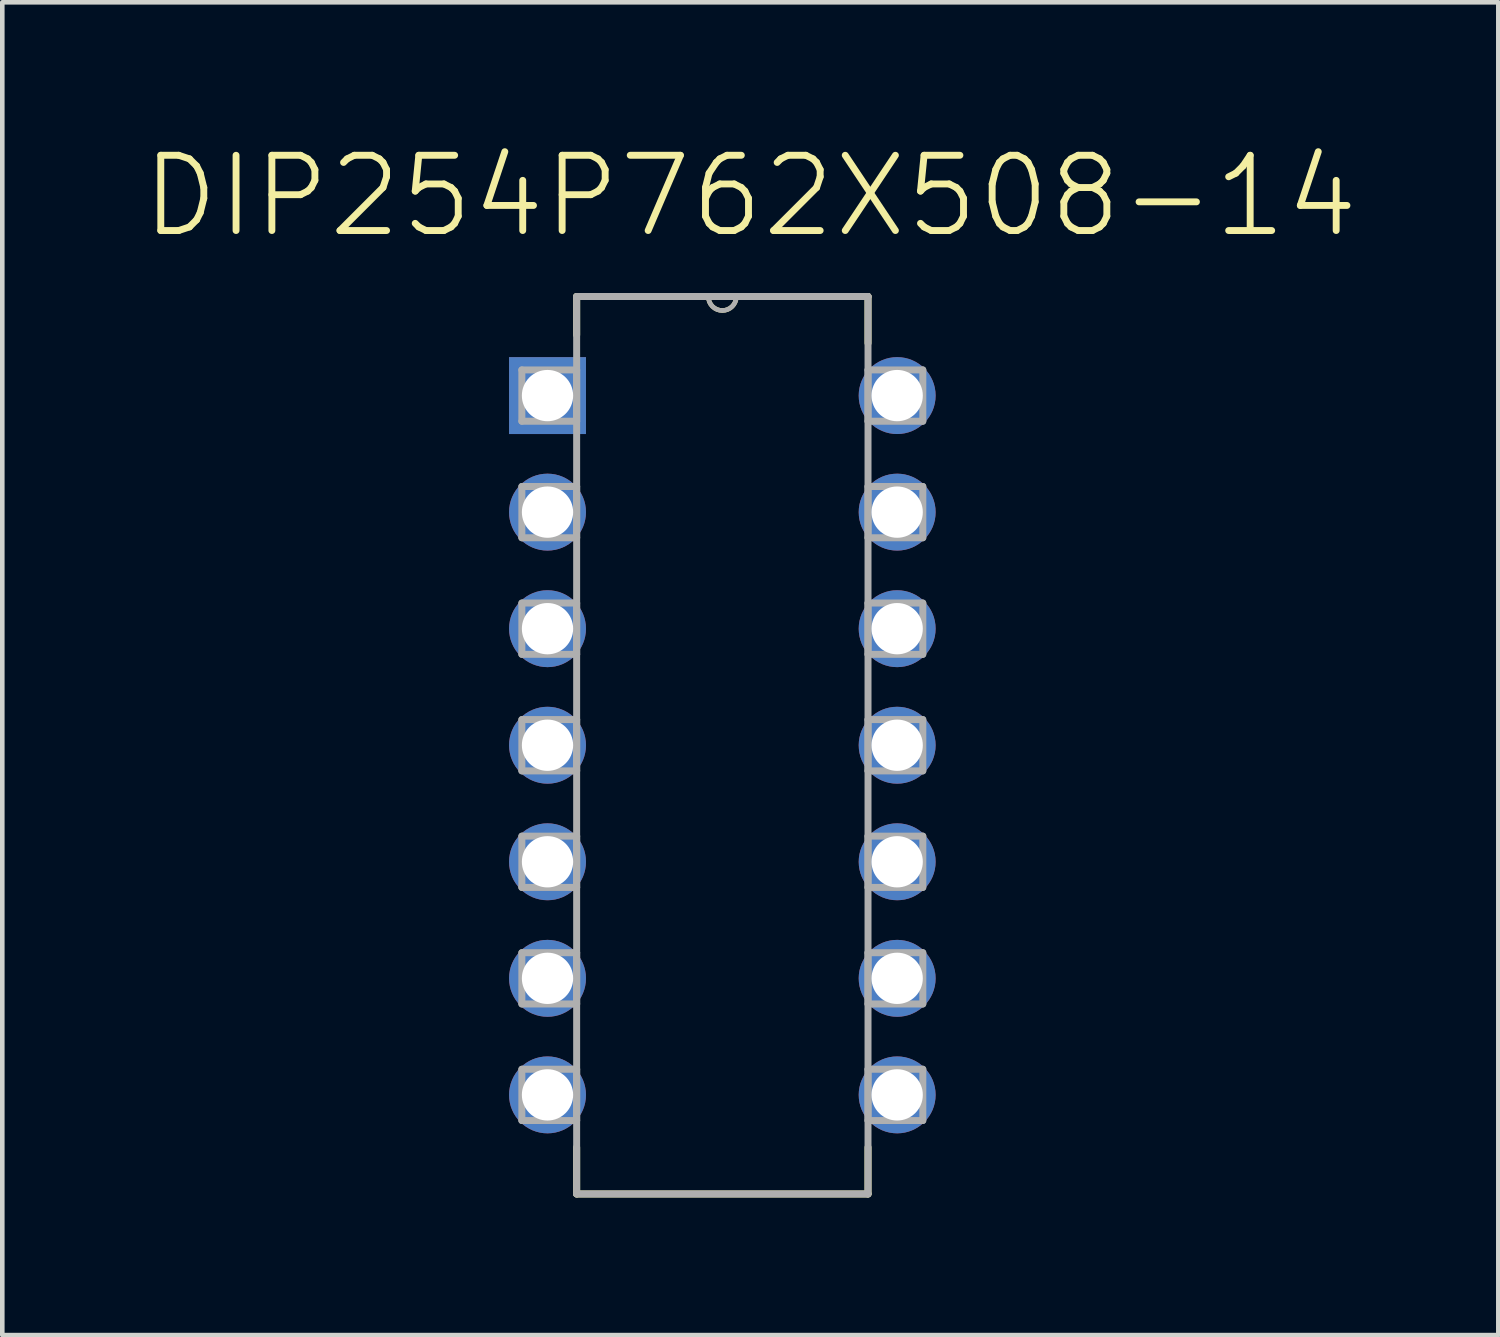
<source format=kicad_pcb>
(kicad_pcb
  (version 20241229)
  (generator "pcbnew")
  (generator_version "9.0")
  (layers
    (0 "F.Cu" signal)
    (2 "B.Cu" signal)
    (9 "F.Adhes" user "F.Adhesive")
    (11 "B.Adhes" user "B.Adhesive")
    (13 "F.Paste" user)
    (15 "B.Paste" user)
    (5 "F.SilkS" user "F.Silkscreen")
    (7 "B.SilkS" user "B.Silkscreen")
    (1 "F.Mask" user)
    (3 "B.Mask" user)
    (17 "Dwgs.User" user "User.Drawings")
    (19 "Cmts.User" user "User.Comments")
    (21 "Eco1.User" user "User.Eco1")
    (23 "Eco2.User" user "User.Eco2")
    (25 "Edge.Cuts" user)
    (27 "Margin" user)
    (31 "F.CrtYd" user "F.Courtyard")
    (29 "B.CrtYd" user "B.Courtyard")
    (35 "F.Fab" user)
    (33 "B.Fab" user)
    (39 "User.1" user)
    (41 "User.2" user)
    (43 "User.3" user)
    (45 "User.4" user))
  (footprint "DIP254P762X508-14"
    (layer "F.Cu")
    (at 16.502 20.811)
    (property "Reference" "DIP254P762X508-14" (at -3.201 -19.588 0) (layer "F.SilkS") (effects (font (size 1.64 1.64) (thickness 0.15))))
    (attr through_hole)
    (fp_line (start -6.985 -17.399) (end -6.985 -16.561) (stroke (width 0.152) (type solid)) (layer "F.SilkS"))
    (fp_line (start -6.985 1.143) (end -6.985 2.159) (stroke (width 0.152) (type solid)) (layer "F.SilkS"))
    (fp_line (start -6.985 2.159) (end -0.635 2.159) (stroke (width 0.152) (type solid)) (layer "F.SilkS"))
    (fp_line (start -4.115 -17.399) (end -6.985 -17.399) (stroke (width 0.152) (type solid)) (layer "F.SilkS"))
    (fp_line (start -3.505 -17.399) (end -4.115 -17.399) (stroke (width 0.152) (type solid)) (layer "F.SilkS"))
    (fp_line (start -0.635 -17.399) (end -3.505 -17.399) (stroke (width 0.152) (type solid)) (layer "F.SilkS"))
    (fp_line (start -0.635 -16.383) (end -0.635 -17.399) (stroke (width 0.152) (type solid)) (layer "F.SilkS"))
    (fp_line (start -0.635 2.159) (end -0.635 1.143) (stroke (width 0.152) (type solid)) (layer "F.SilkS"))
    (fp_arc (start -3.5052 -17.399) (mid -3.81 -17.0942) (end -4.1148 -17.399) (stroke (width 0.1) (type solid)) (layer "F.SilkS"))
    (fp_line (start -8.179 -15.799) (end -8.179 -14.681) (stroke (width 0.152) (type solid)) (layer "F.Fab"))
    (fp_line (start -8.179 -14.681) (end -6.985 -14.681) (stroke (width 0.152) (type solid)) (layer "F.Fab"))
    (fp_line (start -8.179 -13.259) (end -8.179 -12.141) (stroke (width 0.152) (type solid)) (layer "F.Fab"))
    (fp_line (start -8.179 -12.141) (end -6.985 -12.141) (stroke (width 0.152) (type solid)) (layer "F.Fab"))
    (fp_line (start -8.179 -10.719) (end -8.179 -9.601) (stroke (width 0.152) (type solid)) (layer "F.Fab"))
    (fp_line (start -8.179 -9.601) (end -6.985 -9.601) (stroke (width 0.152) (type solid)) (layer "F.Fab"))
    (fp_line (start -8.179 -8.179) (end -8.179 -7.061) (stroke (width 0.152) (type solid)) (layer "F.Fab"))
    (fp_line (start -8.179 -7.061) (end -6.985 -7.061) (stroke (width 0.152) (type solid)) (layer "F.Fab"))
    (fp_line (start -8.179 -5.639) (end -8.179 -4.521) (stroke (width 0.152) (type solid)) (layer "F.Fab"))
    (fp_line (start -8.179 -4.521) (end -6.985 -4.521) (stroke (width 0.152) (type solid)) (layer "F.Fab"))
    (fp_line (start -8.179 -3.099) (end -8.179 -1.981) (stroke (width 0.152) (type solid)) (layer "F.Fab"))
    (fp_line (start -8.179 -1.981) (end -6.985 -1.981) (stroke (width 0.152) (type solid)) (layer "F.Fab"))
    (fp_line (start -8.179 -0.559) (end -8.179 0.559) (stroke (width 0.152) (type solid)) (layer "F.Fab"))
    (fp_line (start -8.179 0.559) (end -6.985 0.559) (stroke (width 0.152) (type solid)) (layer "F.Fab"))
    (fp_line (start -6.985 -17.399) (end -6.985 2.159) (stroke (width 0.152) (type solid)) (layer "F.Fab"))
    (fp_line (start -6.985 -15.799) (end -8.179 -15.799) (stroke (width 0.152) (type solid)) (layer "F.Fab"))
    (fp_line (start -6.985 -14.681) (end -6.985 -15.799) (stroke (width 0.152) (type solid)) (layer "F.Fab"))
    (fp_line (start -6.985 -13.259) (end -8.179 -13.259) (stroke (width 0.152) (type solid)) (layer "F.Fab"))
    (fp_line (start -6.985 -12.141) (end -6.985 -13.259) (stroke (width 0.152) (type solid)) (layer "F.Fab"))
    (fp_line (start -6.985 -10.719) (end -8.179 -10.719) (stroke (width 0.152) (type solid)) (layer "F.Fab"))
    (fp_line (start -6.985 -9.601) (end -6.985 -10.719) (stroke (width 0.152) (type solid)) (layer "F.Fab"))
    (fp_line (start -6.985 -8.179) (end -8.179 -8.179) (stroke (width 0.152) (type solid)) (layer "F.Fab"))
    (fp_line (start -6.985 -7.061) (end -6.985 -8.179) (stroke (width 0.152) (type solid)) (layer "F.Fab"))
    (fp_line (start -6.985 -5.639) (end -8.179 -5.639) (stroke (width 0.152) (type solid)) (layer "F.Fab"))
    (fp_line (start -6.985 -4.521) (end -6.985 -5.639) (stroke (width 0.152) (type solid)) (layer "F.Fab"))
    (fp_line (start -6.985 -3.099) (end -8.179 -3.099) (stroke (width 0.152) (type solid)) (layer "F.Fab"))
    (fp_line (start -6.985 -1.981) (end -6.985 -3.099) (stroke (width 0.152) (type solid)) (layer "F.Fab"))
    (fp_line (start -6.985 -0.559) (end -8.179 -0.559) (stroke (width 0.152) (type solid)) (layer "F.Fab"))
    (fp_line (start -6.985 0.559) (end -6.985 -0.559) (stroke (width 0.152) (type solid)) (layer "F.Fab"))
    (fp_line (start -6.985 2.159) (end -0.635 2.159) (stroke (width 0.152) (type solid)) (layer "F.Fab"))
    (fp_line (start -4.115 -17.399) (end -6.985 -17.399) (stroke (width 0.152) (type solid)) (layer "F.Fab"))
    (fp_line (start -3.505 -17.399) (end -4.115 -17.399) (stroke (width 0.152) (type solid)) (layer "F.Fab"))
    (fp_line (start -0.635 -17.399) (end -3.505 -17.399) (stroke (width 0.152) (type solid)) (layer "F.Fab"))
    (fp_line (start -0.635 -15.799) (end -0.635 -14.681) (stroke (width 0.152) (type solid)) (layer "F.Fab"))
    (fp_line (start -0.635 -14.681) (end 0.559 -14.681) (stroke (width 0.152) (type solid)) (layer "F.Fab"))
    (fp_line (start -0.635 -13.259) (end -0.635 -12.141) (stroke (width 0.152) (type solid)) (layer "F.Fab"))
    (fp_line (start -0.635 -12.141) (end 0.559 -12.141) (stroke (width 0.152) (type solid)) (layer "F.Fab"))
    (fp_line (start -0.635 -10.719) (end -0.635 -9.601) (stroke (width 0.152) (type solid)) (layer "F.Fab"))
    (fp_line (start -0.635 -9.601) (end 0.559 -9.601) (stroke (width 0.152) (type solid)) (layer "F.Fab"))
    (fp_line (start -0.635 -8.179) (end -0.635 -7.061) (stroke (width 0.152) (type solid)) (layer "F.Fab"))
    (fp_line (start -0.635 -7.061) (end 0.559 -7.061) (stroke (width 0.152) (type solid)) (layer "F.Fab"))
    (fp_line (start -0.635 -5.639) (end -0.635 -4.521) (stroke (width 0.152) (type solid)) (layer "F.Fab"))
    (fp_line (start -0.635 -4.521) (end 0.559 -4.521) (stroke (width 0.152) (type solid)) (layer "F.Fab"))
    (fp_line (start -0.635 -3.099) (end -0.635 -1.981) (stroke (width 0.152) (type solid)) (layer "F.Fab"))
    (fp_line (start -0.635 -1.981) (end 0.559 -1.981) (stroke (width 0.152) (type solid)) (layer "F.Fab"))
    (fp_line (start -0.635 -0.559) (end -0.635 0.559) (stroke (width 0.152) (type solid)) (layer "F.Fab"))
    (fp_line (start -0.635 0.559) (end 0.559 0.559) (stroke (width 0.152) (type solid)) (layer "F.Fab"))
    (fp_line (start -0.635 2.159) (end -0.635 -17.399) (stroke (width 0.152) (type solid)) (layer "F.Fab"))
    (fp_line (start 0.559 -15.799) (end -0.635 -15.799) (stroke (width 0.152) (type solid)) (layer "F.Fab"))
    (fp_line (start 0.559 -14.681) (end 0.559 -15.799) (stroke (width 0.152) (type solid)) (layer "F.Fab"))
    (fp_line (start 0.559 -13.259) (end -0.635 -13.259) (stroke (width 0.152) (type solid)) (layer "F.Fab"))
    (fp_line (start 0.559 -12.141) (end 0.559 -13.259) (stroke (width 0.152) (type solid)) (layer "F.Fab"))
    (fp_line (start 0.559 -10.719) (end -0.635 -10.719) (stroke (width 0.152) (type solid)) (layer "F.Fab"))
    (fp_line (start 0.559 -9.601) (end 0.559 -10.719) (stroke (width 0.152) (type solid)) (layer "F.Fab"))
    (fp_line (start 0.559 -8.179) (end -0.635 -8.179) (stroke (width 0.152) (type solid)) (layer "F.Fab"))
    (fp_line (start 0.559 -7.061) (end 0.559 -8.179) (stroke (width 0.152) (type solid)) (layer "F.Fab"))
    (fp_line (start 0.559 -5.639) (end -0.635 -5.639) (stroke (width 0.152) (type solid)) (layer "F.Fab"))
    (fp_line (start 0.559 -4.521) (end 0.559 -5.639) (stroke (width 0.152) (type solid)) (layer "F.Fab"))
    (fp_line (start 0.559 -3.099) (end -0.635 -3.099) (stroke (width 0.152) (type solid)) (layer "F.Fab"))
    (fp_line (start 0.559 -1.981) (end 0.559 -3.099) (stroke (width 0.152) (type solid)) (layer "F.Fab"))
    (fp_line (start 0.559 -0.559) (end -0.635 -0.559) (stroke (width 0.152) (type solid)) (layer "F.Fab"))
    (fp_line (start 0.559 0.559) (end 0.559 -0.559) (stroke (width 0.152) (type solid)) (layer "F.Fab"))
    (fp_arc (start -3.5052 -17.399) (mid -3.81 -17.0942) (end -4.1148 -17.399) (stroke (width 0.1) (type solid)) (layer "F.Fab"))
    (pad "1" thru_hole rect (at -7.62 -15.24) (size 1.676 1.676) (drill 1.118) (layers "*.Cu" "*.Mask"))
    (pad "2" thru_hole circle (at -7.62 -12.7) (size 1.676 1.676) (drill 1.118) (layers "*.Cu" "*.Mask"))
    (pad "3" thru_hole circle (at -7.62 -10.16) (size 1.676 1.676) (drill 1.118) (layers "*.Cu" "*.Mask"))
    (pad "4" thru_hole circle (at -7.62 -7.62) (size 1.676 1.676) (drill 1.118) (layers "*.Cu" "*.Mask"))
    (pad "5" thru_hole circle (at -7.62 -5.08) (size 1.676 1.676) (drill 1.118) (layers "*.Cu" "*.Mask"))
    (pad "6" thru_hole circle (at -7.62 -2.54) (size 1.676 1.676) (drill 1.118) (layers "*.Cu" "*.Mask"))
    (pad "7" thru_hole circle (at -7.62 0) (size 1.676 1.676) (drill 1.118) (layers "*.Cu" "*.Mask"))
    (pad "8" thru_hole circle (at 0 0) (size 1.676 1.676) (drill 1.118) (layers "*.Cu" "*.Mask"))
    (pad "9" thru_hole circle (at 0 -2.54) (size 1.676 1.676) (drill 1.118) (layers "*.Cu" "*.Mask"))
    (pad "10" thru_hole circle (at 0 -5.08) (size 1.676 1.676) (drill 1.118) (layers "*.Cu" "*.Mask"))
    (pad "11" thru_hole circle (at 0 -7.62) (size 1.676 1.676) (drill 1.118) (layers "*.Cu" "*.Mask"))
    (pad "12" thru_hole circle (at 0 -10.16) (size 1.676 1.676) (drill 1.118) (layers "*.Cu" "*.Mask"))
    (pad "13" thru_hole circle (at 0 -12.7) (size 1.676 1.676) (drill 1.118) (layers "*.Cu" "*.Mask"))
    (pad "14" thru_hole circle (at 0 -15.24) (size 1.676 1.676) (drill 1.118) (layers "*.Cu" "*.Mask")))
  (gr_rect
    (start -3 -3)
    (end 29.603 26.046)
    (stroke (width 0.1) (type default))
    (fill no)
    (layer "Edge.Cuts")))
</source>
